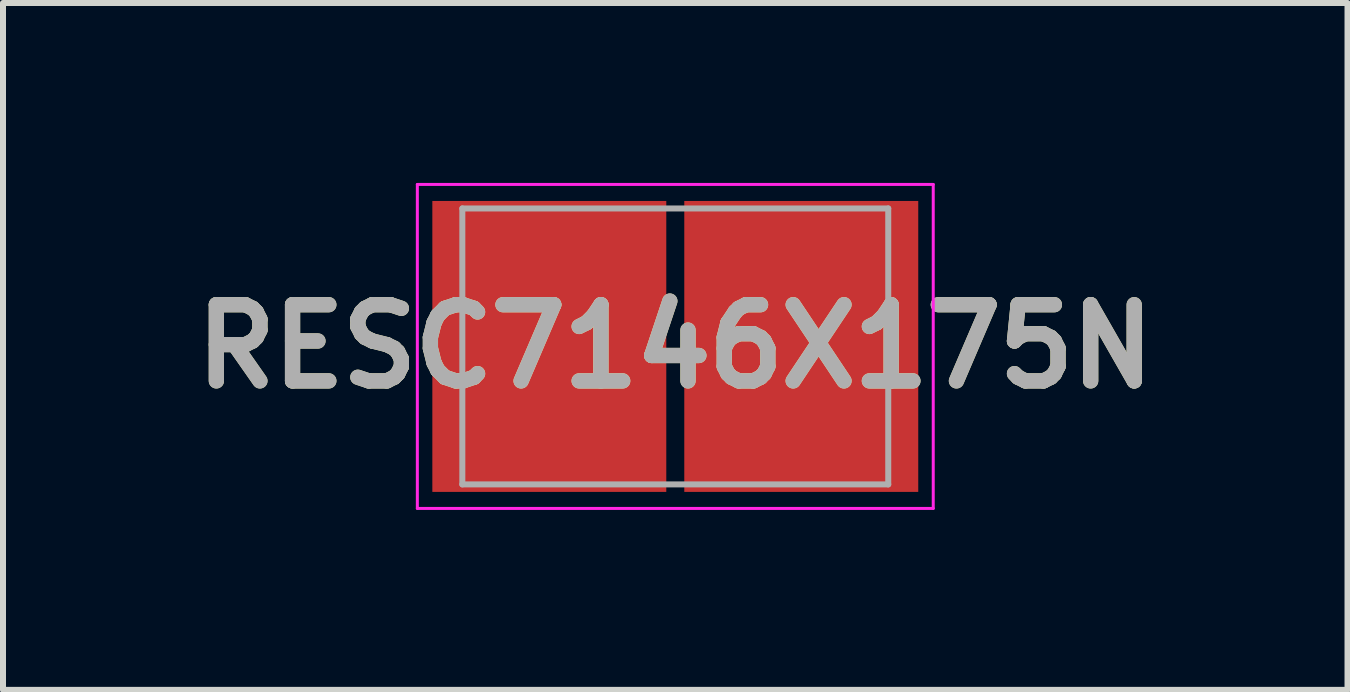
<source format=kicad_pcb>
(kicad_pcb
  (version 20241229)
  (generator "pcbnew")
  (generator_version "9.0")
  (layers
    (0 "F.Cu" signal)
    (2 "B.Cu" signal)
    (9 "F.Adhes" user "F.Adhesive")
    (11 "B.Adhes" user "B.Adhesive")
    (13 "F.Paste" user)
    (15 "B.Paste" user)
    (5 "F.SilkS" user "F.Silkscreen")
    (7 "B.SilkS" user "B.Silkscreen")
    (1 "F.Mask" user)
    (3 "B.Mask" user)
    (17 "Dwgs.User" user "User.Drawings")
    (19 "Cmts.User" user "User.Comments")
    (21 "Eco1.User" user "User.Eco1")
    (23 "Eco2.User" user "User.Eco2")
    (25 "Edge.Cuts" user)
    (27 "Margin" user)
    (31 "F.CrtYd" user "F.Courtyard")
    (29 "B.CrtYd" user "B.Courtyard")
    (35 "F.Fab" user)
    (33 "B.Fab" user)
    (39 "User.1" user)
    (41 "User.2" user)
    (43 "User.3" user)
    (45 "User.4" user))
  (footprint "RESC7146X175N"
    (layer "F.Cu")
    (at 8.207 2.725)
    (property "Reference" "RESC7146X175N" (at 0 0 0) (layer "F.SilkS") (effects (font (size 1.27 1.27) (thickness 0.254))))
    (attr smd)
    (fp_line (start -4.3 -2.7) (end 4.3 -2.7) (stroke (width 0.05) (type solid)) (layer "F.CrtYd"))
    (fp_line (start -4.3 2.7) (end -4.3 -2.7) (stroke (width 0.05) (type solid)) (layer "F.CrtYd"))
    (fp_line (start 4.3 -2.7) (end 4.3 2.7) (stroke (width 0.05) (type solid)) (layer "F.CrtYd"))
    (fp_line (start 4.3 2.7) (end -4.3 2.7) (stroke (width 0.05) (type solid)) (layer "F.CrtYd"))
    (fp_line (start -3.55 -2.3) (end 3.55 -2.3) (stroke (width 0.1) (type solid)) (layer "F.Fab"))
    (fp_line (start -3.55 2.3) (end -3.55 -2.3) (stroke (width 0.1) (type solid)) (layer "F.Fab"))
    (fp_line (start 3.55 -2.3) (end 3.55 2.3) (stroke (width 0.1) (type solid)) (layer "F.Fab"))
    (fp_line (start 3.55 2.3) (end -3.55 2.3) (stroke (width 0.1) (type solid)) (layer "F.Fab"))
    (fp_text user "${REFERENCE}" (at 0 0 0) (layer "F.Fab") (effects (font (size 1.27 1.27) (thickness 0.254))))
    (pad "1" smd rect (at -2.1 0) (size 3.9 4.85) (layers "F.Cu" "F.Mask" "F.Paste"))
    (pad "2" smd rect (at 2.1 0) (size 3.9 4.85) (layers "F.Cu" "F.Mask" "F.Paste")))
  (gr_rect
    (start -3 -3)
    (end 19.413 8.45)
    (stroke (width 0.1) (type default))
    (fill no)
    (layer "Edge.Cuts")))
</source>
